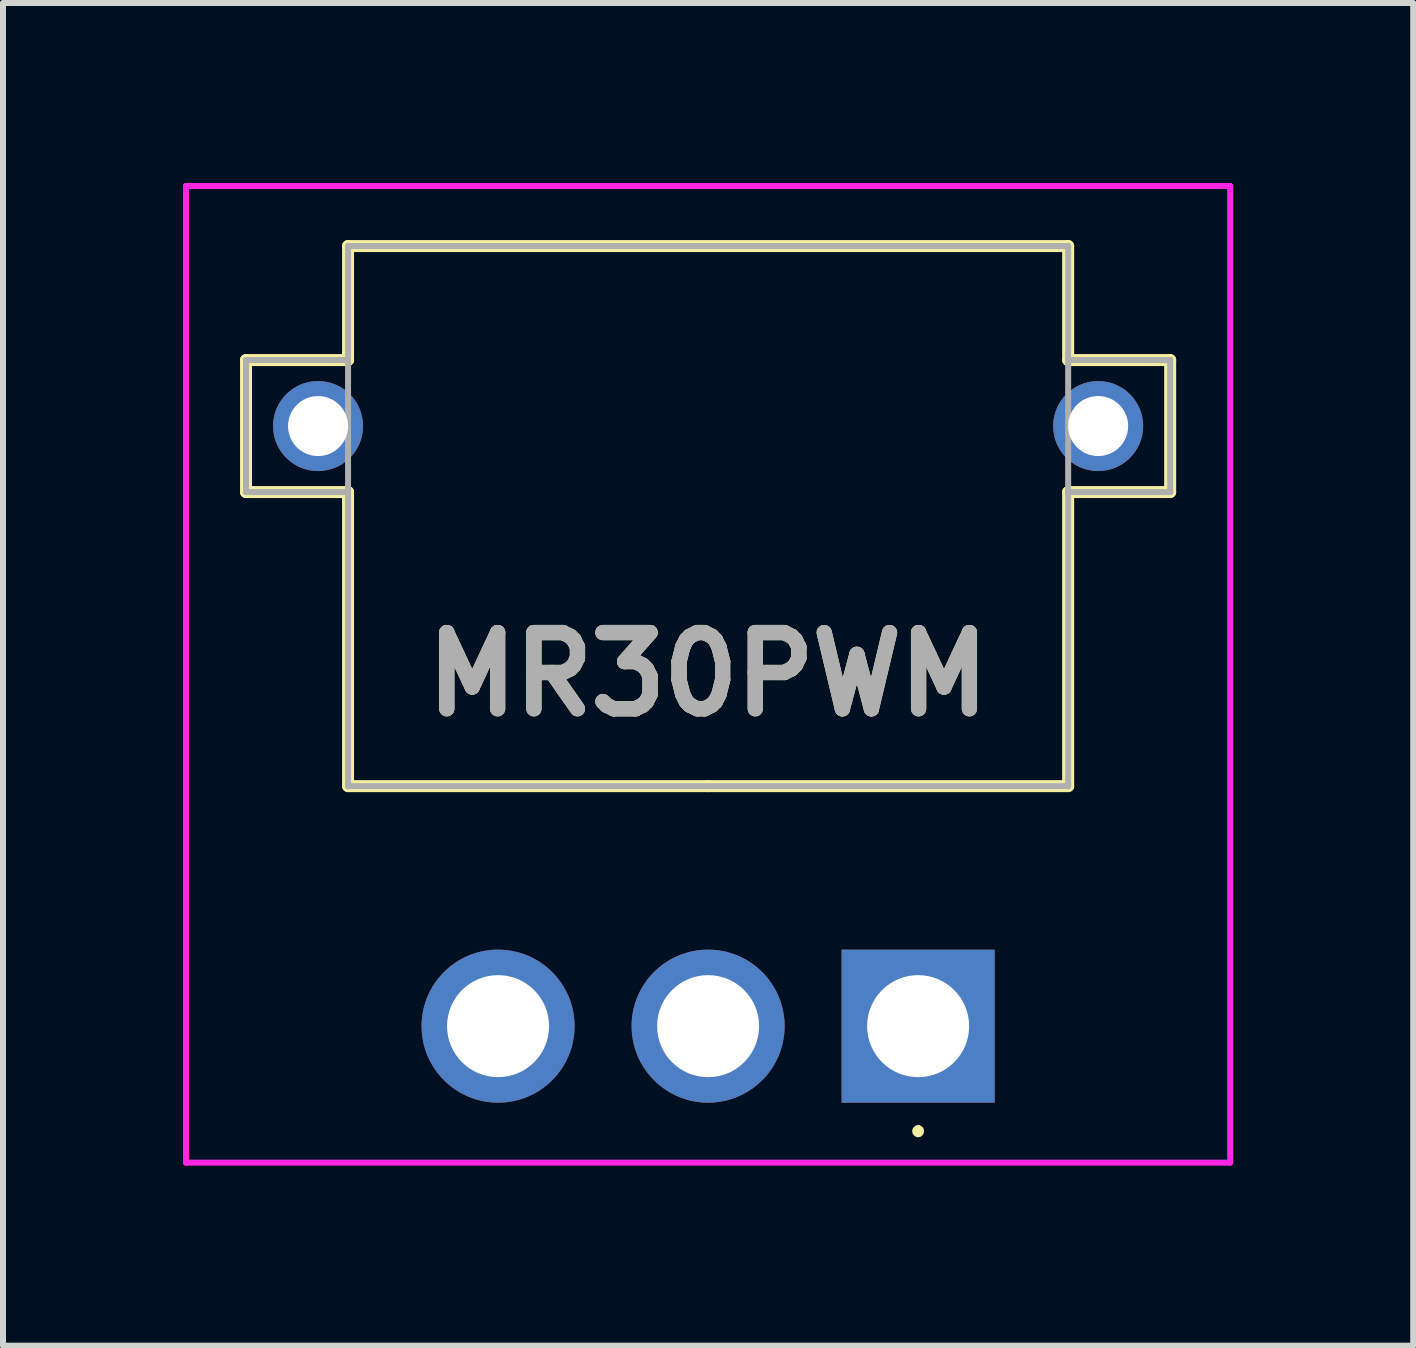
<source format=kicad_pcb>
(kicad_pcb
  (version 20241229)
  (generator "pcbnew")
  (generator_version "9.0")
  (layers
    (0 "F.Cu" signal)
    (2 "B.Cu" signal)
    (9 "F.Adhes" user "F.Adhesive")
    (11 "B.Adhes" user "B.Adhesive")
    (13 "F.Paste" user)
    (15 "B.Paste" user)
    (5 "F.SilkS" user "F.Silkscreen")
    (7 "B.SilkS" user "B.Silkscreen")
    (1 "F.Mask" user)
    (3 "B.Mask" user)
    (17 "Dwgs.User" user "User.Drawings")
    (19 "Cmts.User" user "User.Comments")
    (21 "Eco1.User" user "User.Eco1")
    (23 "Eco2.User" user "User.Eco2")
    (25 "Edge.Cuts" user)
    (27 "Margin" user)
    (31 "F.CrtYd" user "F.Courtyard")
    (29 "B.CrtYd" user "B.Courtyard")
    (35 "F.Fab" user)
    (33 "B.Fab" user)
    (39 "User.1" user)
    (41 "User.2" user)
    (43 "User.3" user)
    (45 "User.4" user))
  (footprint "MR30PWM"
    (layer "F.Cu")
    (at 12.25 14.05)
    (property "Reference" "MR30PWM" (at -3.5 -5.863 0) (layer "F.SilkS") (effects (font (size 1.27 1.27) (thickness 0.254))))
    (attr through_hole)
    (fp_line (start -11.2 -11.1) (end -9.5 -11.1) (stroke (width 0.2) (type solid)) (layer "F.SilkS"))
    (fp_line (start -11.2 -8.9) (end -11.2 -11.1) (stroke (width 0.2) (type solid)) (layer "F.SilkS"))
    (fp_line (start -9.5 -13) (end 2.5 -13) (stroke (width 0.2) (type solid)) (layer "F.SilkS"))
    (fp_line (start -9.5 -11.1) (end -9.5 -13) (stroke (width 0.2) (type solid)) (layer "F.SilkS"))
    (fp_line (start -9.5 -8.9) (end -11.2 -8.9) (stroke (width 0.2) (type solid)) (layer "F.SilkS"))
    (fp_line (start -9.5 -4) (end -9.5 -8.9) (stroke (width 0.2) (type solid)) (layer "F.SilkS"))
    (fp_line (start -3.5 -4) (end -9.5 -4) (stroke (width 0.2) (type solid)) (layer "F.SilkS"))
    (fp_line (start 0 1.7) (end 0 1.7) (stroke (width 0.1) (type solid)) (layer "F.SilkS"))
    (fp_line (start 0 1.8) (end 0 1.8) (stroke (width 0.1) (type solid)) (layer "F.SilkS"))
    (fp_line (start 2.5 -13) (end 2.5 -11.1) (stroke (width 0.2) (type solid)) (layer "F.SilkS"))
    (fp_line (start 2.5 -11.1) (end 4.2 -11.1) (stroke (width 0.2) (type solid)) (layer "F.SilkS"))
    (fp_line (start 2.5 -8.9) (end 2.5 -4) (stroke (width 0.2) (type solid)) (layer "F.SilkS"))
    (fp_line (start 2.5 -4) (end -3.5 -4) (stroke (width 0.2) (type solid)) (layer "F.SilkS"))
    (fp_line (start 4.2 -11.1) (end 4.2 -8.9) (stroke (width 0.2) (type solid)) (layer "F.SilkS"))
    (fp_line (start 4.2 -8.9) (end 2.5 -8.9) (stroke (width 0.2) (type solid)) (layer "F.SilkS"))
    (fp_arc (start 0 1.7) (mid 0.05 1.75) (end 0 1.8) (stroke (width 0.1) (type solid)) (layer "F.SilkS"))
    (fp_arc (start 0 1.8) (mid -0.05 1.75) (end 0 1.7) (stroke (width 0.1) (type solid)) (layer "F.SilkS"))
    (fp_line (start -12.2 -14) (end -12.2 2.275) (stroke (width 0.1) (type solid)) (layer "F.CrtYd"))
    (fp_line (start -12.2 2.275) (end 5.2 2.275) (stroke (width 0.1) (type solid)) (layer "F.CrtYd"))
    (fp_line (start 5.2 -14) (end -12.2 -14) (stroke (width 0.1) (type solid)) (layer "F.CrtYd"))
    (fp_line (start 5.2 2.275) (end 5.2 -14) (stroke (width 0.1) (type solid)) (layer "F.CrtYd"))
    (fp_line (start -11.2 -11.1) (end -11.2 -8.9) (stroke (width 0.1) (type solid)) (layer "F.Fab"))
    (fp_line (start -11.2 -8.9) (end -9.5 -8.9) (stroke (width 0.1) (type solid)) (layer "F.Fab"))
    (fp_line (start -9.5 -13) (end -9.5 -4) (stroke (width 0.1) (type solid)) (layer "F.Fab"))
    (fp_line (start -9.5 -11.1) (end -11.2 -11.1) (stroke (width 0.1) (type solid)) (layer "F.Fab"))
    (fp_line (start -9.5 -4) (end 2.5 -4) (stroke (width 0.1) (type solid)) (layer "F.Fab"))
    (fp_line (start 2.5 -13) (end -9.5 -13) (stroke (width 0.1) (type solid)) (layer "F.Fab"))
    (fp_line (start 2.5 -11.1) (end 4.2 -11.1) (stroke (width 0.1) (type solid)) (layer "F.Fab"))
    (fp_line (start 2.5 -4) (end 2.5 -13) (stroke (width 0.1) (type solid)) (layer "F.Fab"))
    (fp_line (start 4.2 -11.1) (end 4.2 -8.9) (stroke (width 0.1) (type solid)) (layer "F.Fab"))
    (fp_line (start 4.2 -8.9) (end 2.5 -8.9) (stroke (width 0.1) (type solid)) (layer "F.Fab"))
    (fp_text user "${REFERENCE}" (at -3.5 -5.863 0) (layer "F.Fab") (effects (font (size 1.27 1.27) (thickness 0.254))))
    (pad "1" thru_hole rect (at 0 0) (size 2.55 2.55) (drill 1.7) (layers "*.Cu" "*.Mask"))
    (pad "2" thru_hole circle (at -3.5 0) (size 2.55 2.55) (drill 1.7) (layers "*.Cu" "*.Mask"))
    (pad "3" thru_hole circle (at -7 0) (size 2.55 2.55) (drill 1.7) (layers "*.Cu" "*.Mask"))
    (pad "4" thru_hole circle (at -10 -10) (size 1.5 1.5) (drill 1) (layers "*.Cu" "*.Mask"))
    (pad "5" thru_hole circle (at 3 -10) (size 1.5 1.5) (drill 1) (layers "*.Cu" "*.Mask")))
  (gr_rect
    (start -3 -3)
    (end 20.5 19.375)
    (stroke (width 0.1) (type default))
    (fill no)
    (layer "Edge.Cuts")))
</source>
